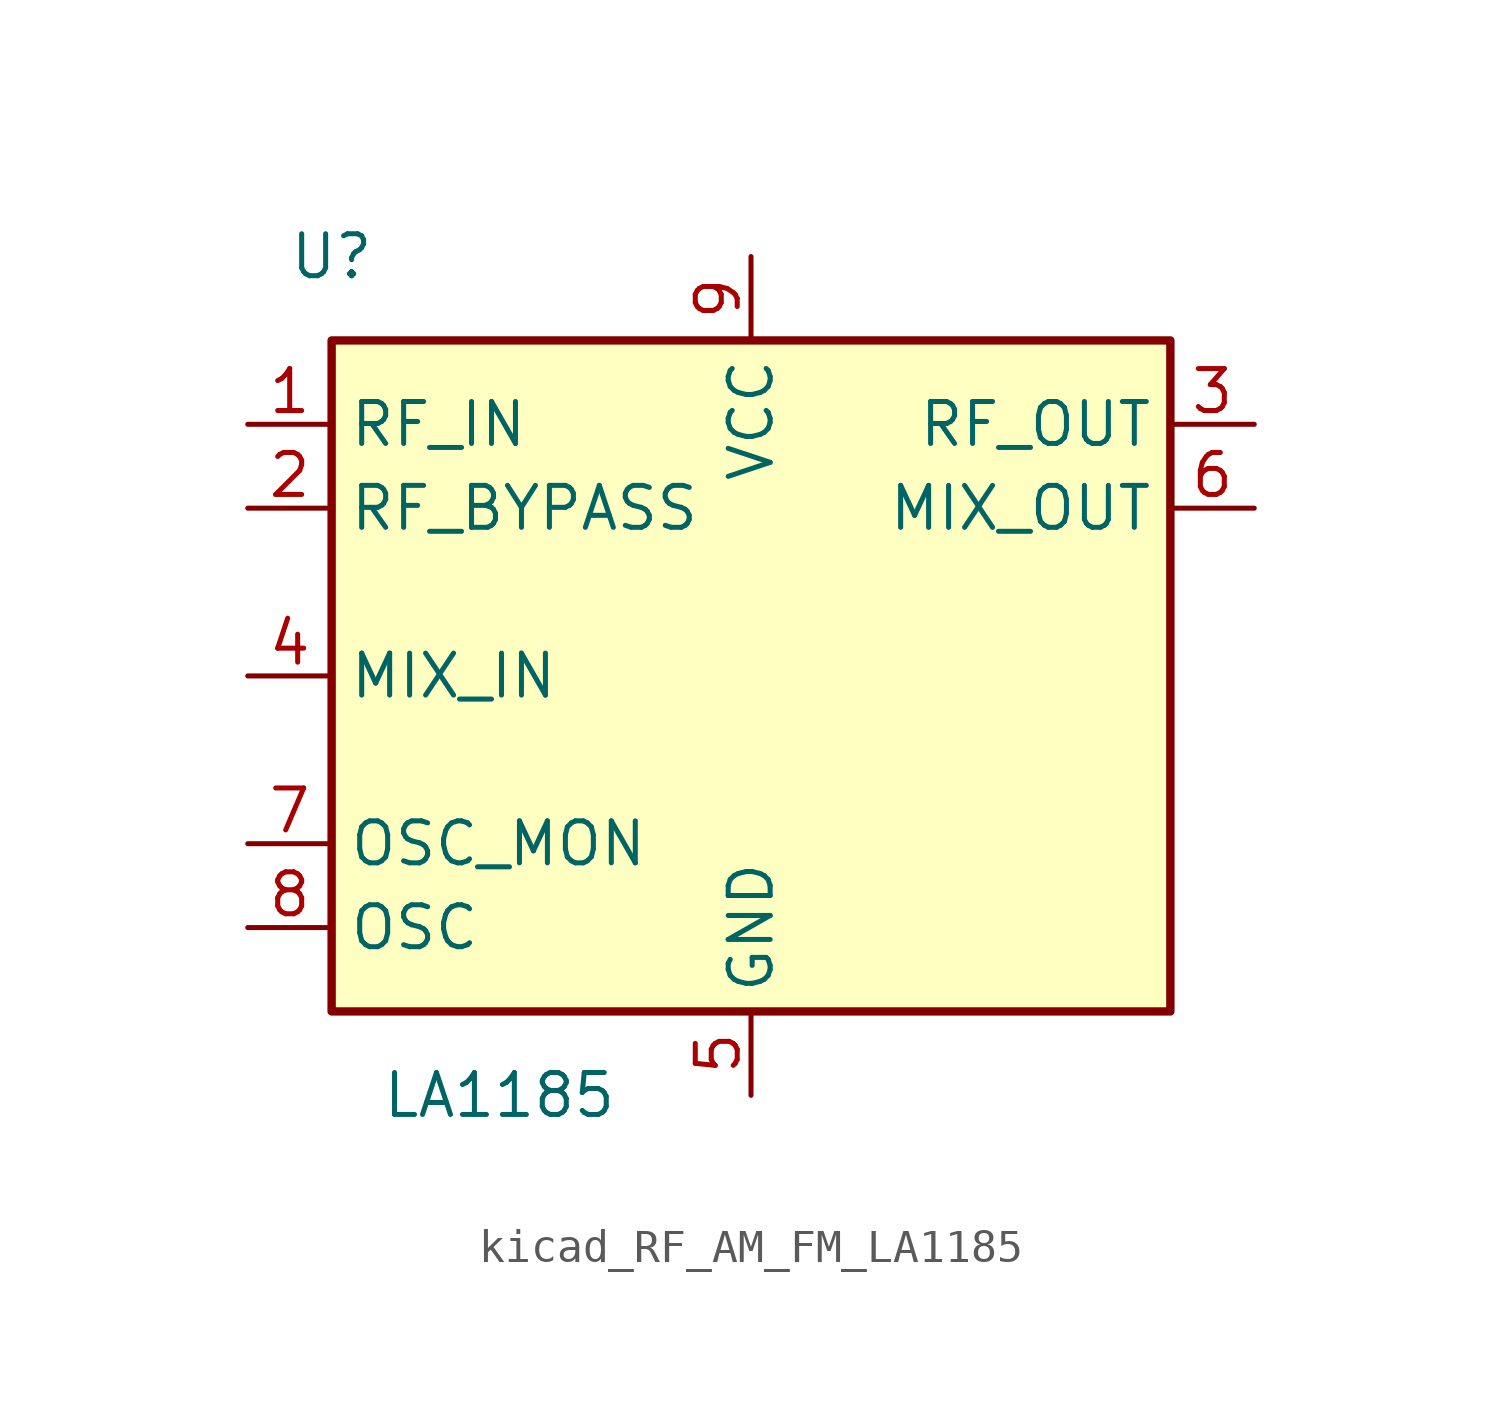
<source format=kicad_sym>
(kicad_symbol_lib
  (version 20220914)
  (generator kicad_symbol_editor)
  (symbol "kicad_RF_AM_FM_LA1185"
    (property "Reference" "U"
      (at -12.7 12.7 0)
      (effects (font (size 1.27 1.27))))
    (property "Value" "LA1185"
      (at -7.62 -12.7 0)
      (effects (font (size 1.27 1.27))))
    (symbol "kicad_RF_AM_FM_LA1185_0_1"
      (rectangle (start -12.7 10.16) (end 12.7 -10.16) (stroke (width 0.254) (type default)) (fill (type background))))
    (symbol "kicad_RF_AM_FM_LA1185_1_1"
      (pin input line (at -15.24 7.62 0) (length 2.54) (name "RF_IN" (effects (font (size 1.27 1.27)))) (number "1" (effects (font (size 1.27 1.27)))))
      (pin passive line (at -15.24 5.08 0) (length 2.54) (name "RF_BYPASS" (effects (font (size 1.27 1.27)))) (number "2" (effects (font (size 1.27 1.27)))))
      (pin output line (at 15.24 7.62 180) (length 2.54) (name "RF_OUT" (effects (font (size 1.27 1.27)))) (number "3" (effects (font (size 1.27 1.27)))))
      (pin input line (at -15.24 0 0) (length 2.54) (name "MIX_IN" (effects (font (size 1.27 1.27)))) (number "4" (effects (font (size 1.27 1.27)))))
      (pin power_in line (at 0 -12.7 90) (length 2.54) (name "GND" (effects (font (size 1.27 1.27)))) (number "5" (effects (font (size 1.27 1.27)))))
      (pin output line (at 15.24 5.08 180) (length 2.54) (name "MIX_OUT" (effects (font (size 1.27 1.27)))) (number "6" (effects (font (size 1.27 1.27)))))
      (pin passive line (at -15.24 -5.08 0) (length 2.54) (name "OSC_MON" (effects (font (size 1.27 1.27)))) (number "7" (effects (font (size 1.27 1.27)))))
      (pin output line (at -15.24 -7.62 0) (length 2.54) (name "OSC" (effects (font (size 1.27 1.27)))) (number "8" (effects (font (size 1.27 1.27)))))
      (pin power_in line (at 0 12.7 270) (length 2.54) (name "VCC" (effects (font (size 1.27 1.27)))) (number "9" (effects (font (size 1.27 1.27))))))))
</source>
